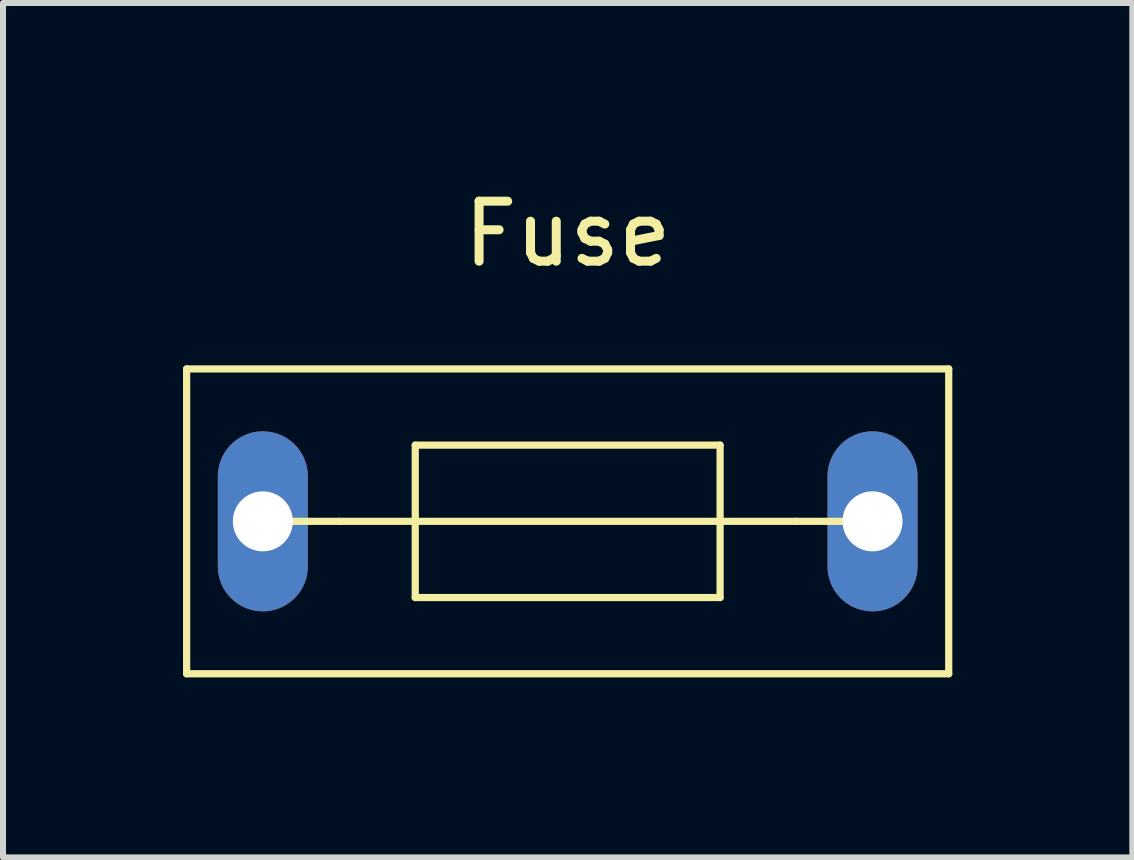
<source format=kicad_pcb>
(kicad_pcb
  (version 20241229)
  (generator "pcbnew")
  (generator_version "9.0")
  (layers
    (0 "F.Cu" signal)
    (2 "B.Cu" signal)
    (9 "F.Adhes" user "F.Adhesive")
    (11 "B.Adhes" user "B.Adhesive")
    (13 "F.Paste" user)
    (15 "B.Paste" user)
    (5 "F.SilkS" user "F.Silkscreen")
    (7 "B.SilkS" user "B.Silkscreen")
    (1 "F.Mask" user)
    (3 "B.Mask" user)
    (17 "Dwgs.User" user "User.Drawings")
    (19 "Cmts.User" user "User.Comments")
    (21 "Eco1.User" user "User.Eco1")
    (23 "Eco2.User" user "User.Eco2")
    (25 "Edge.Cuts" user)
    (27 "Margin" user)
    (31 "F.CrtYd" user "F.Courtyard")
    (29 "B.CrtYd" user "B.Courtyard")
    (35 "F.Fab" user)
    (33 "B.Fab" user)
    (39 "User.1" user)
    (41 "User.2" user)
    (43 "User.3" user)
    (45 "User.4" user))
  (footprint "Fuse"
    (layer "F.Cu")
    (at 6.41 4.368)
    (property "Reference" "Fuse" (at 0 -3.52 0) (layer "F.SilkS") (effects (font (size 1 1) (thickness 0.15))))
    (attr through_hole)
    (fp_line (start -6.35 -1.27) (end -6.35 3.81) (stroke (width 0.12) (type solid)) (layer "F.SilkS"))
    (fp_line (start -6.35 3.81) (end 6.35 3.81) (stroke (width 0.12) (type solid)) (layer "F.SilkS"))
    (fp_line (start -3.81 1.27) (end -5.08 1.27) (stroke (width 0.12) (type solid)) (layer "F.SilkS"))
    (fp_line (start -3.81 1.27) (end 3.81 1.27) (stroke (width 0.12) (type solid)) (layer "F.SilkS"))
    (fp_line (start -2.54 0) (end 2.54 0) (stroke (width 0.12) (type solid)) (layer "F.SilkS"))
    (fp_line (start -2.54 2.54) (end -2.54 0) (stroke (width 0.12) (type solid)) (layer "F.SilkS"))
    (fp_line (start 2.54 0) (end 2.54 2.54) (stroke (width 0.12) (type solid)) (layer "F.SilkS"))
    (fp_line (start 2.54 2.54) (end -2.54 2.54) (stroke (width 0.12) (type solid)) (layer "F.SilkS"))
    (fp_line (start 3.81 1.27) (end 5.08 1.27) (stroke (width 0.12) (type solid)) (layer "F.SilkS"))
    (fp_line (start 6.35 -1.27) (end -6.35 -1.27) (stroke (width 0.12) (type solid)) (layer "F.SilkS"))
    (fp_line (start 6.35 -1.27) (end 6.35 3.81) (stroke (width 0.12) (type solid)) (layer "F.SilkS"))
    (pad "1" thru_hole oval (at -5.08 1.27 180) (size 1.5 3) (drill 1) (layers "*.Cu" "*.Mask"))
    (pad "2" thru_hole oval (at 5.08 1.27 180) (size 1.5 3) (drill 1) (layers "*.Cu" "*.Mask")))
  (gr_rect
    (start -3 -3)
    (end 15.82 11.238)
    (stroke (width 0.1) (type default))
    (fill no)
    (layer "Edge.Cuts")))
</source>
